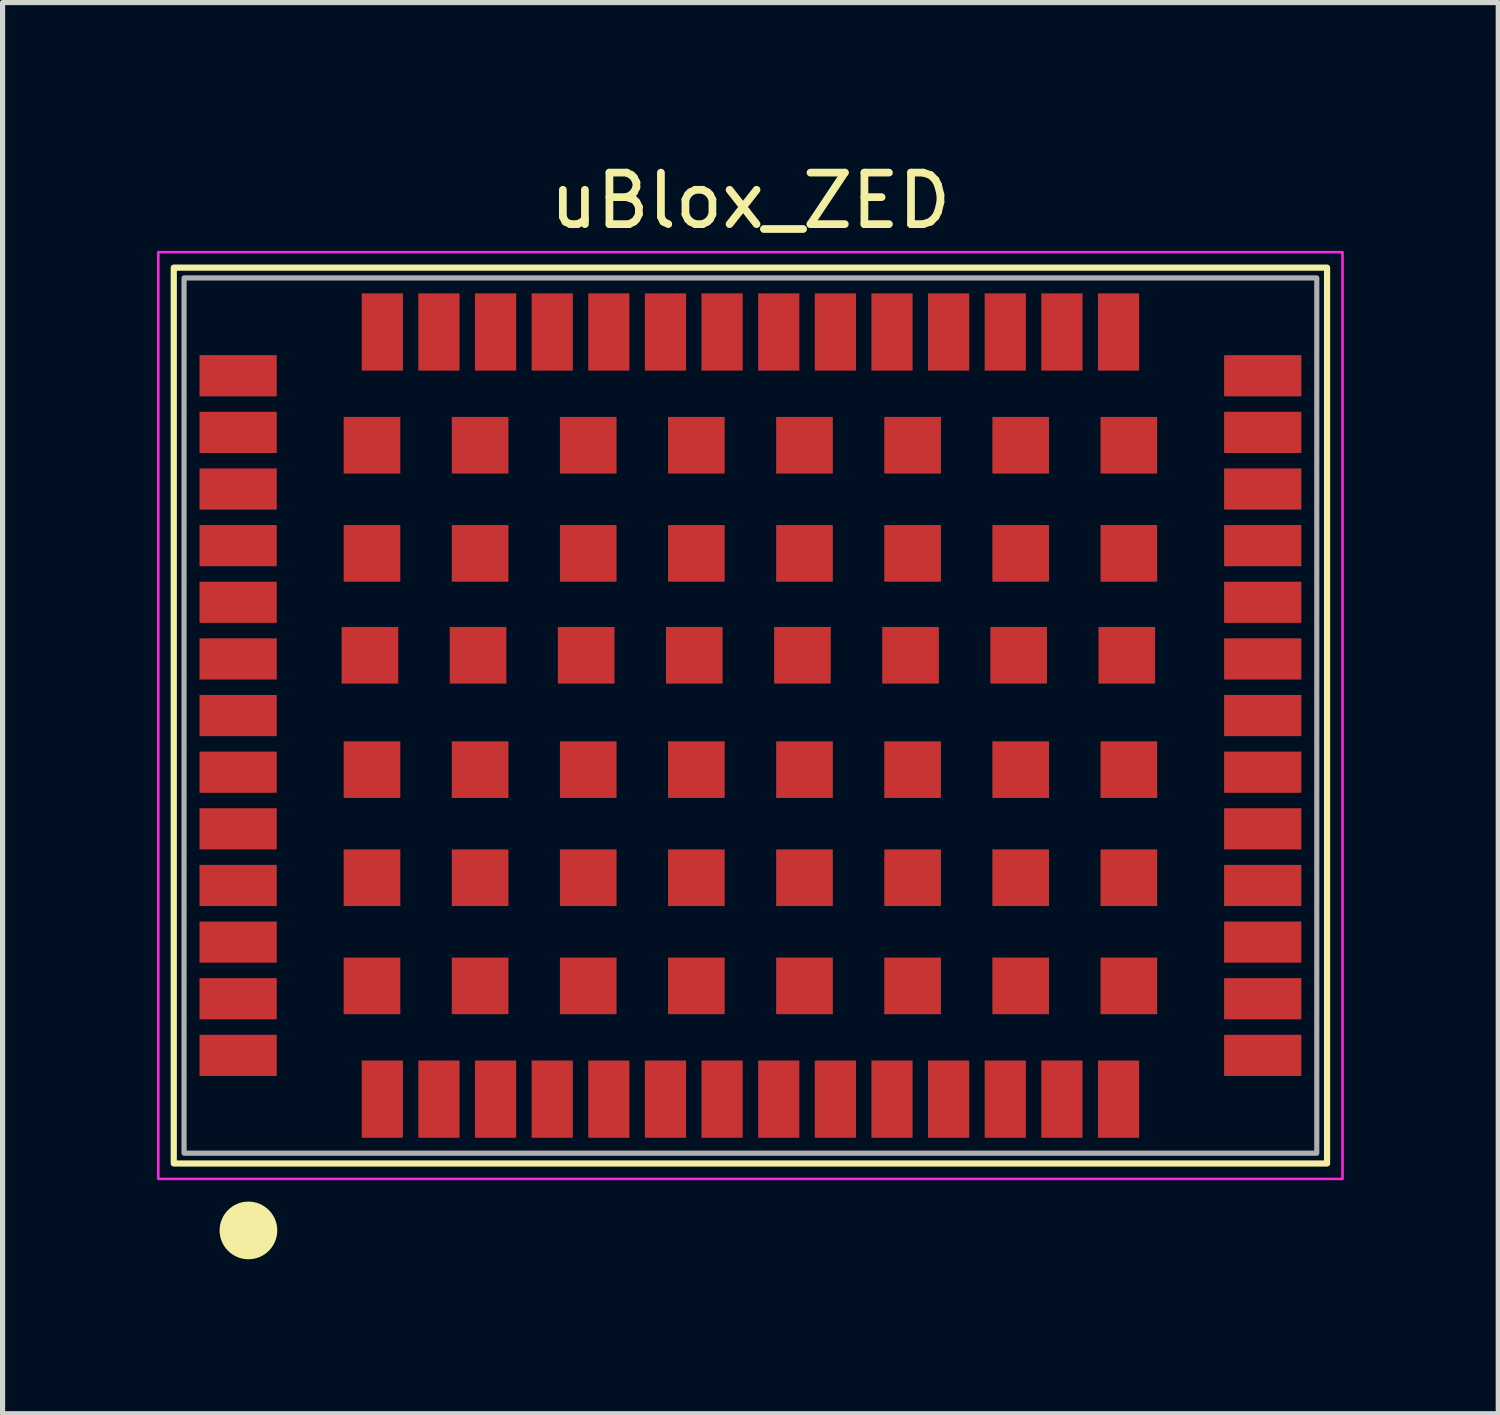
<source format=kicad_pcb>
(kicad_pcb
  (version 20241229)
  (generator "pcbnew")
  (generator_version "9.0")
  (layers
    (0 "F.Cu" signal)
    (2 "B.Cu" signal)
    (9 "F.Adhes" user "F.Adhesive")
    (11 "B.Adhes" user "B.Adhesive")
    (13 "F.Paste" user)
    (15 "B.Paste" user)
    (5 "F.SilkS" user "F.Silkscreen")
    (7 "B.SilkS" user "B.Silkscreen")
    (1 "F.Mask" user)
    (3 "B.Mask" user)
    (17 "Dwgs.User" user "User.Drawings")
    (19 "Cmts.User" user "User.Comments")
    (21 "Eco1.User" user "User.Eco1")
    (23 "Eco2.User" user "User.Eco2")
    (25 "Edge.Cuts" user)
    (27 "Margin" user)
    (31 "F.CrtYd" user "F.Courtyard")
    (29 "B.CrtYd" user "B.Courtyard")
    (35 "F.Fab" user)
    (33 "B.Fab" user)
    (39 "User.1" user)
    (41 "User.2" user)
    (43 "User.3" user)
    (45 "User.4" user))
  (footprint "uBlox_ZED"
    (layer "F.Cu")
    (at 11.525 10.848)
    (property "Reference" "uBlox_ZED" (at 0 -10 0) (unlocked yes) (layer "F.SilkS") (effects (font (size 1 1) (thickness 0.15))))
    (attr smd)
    (fp_rect (start -11.2 -8.7) (end 11.2 8.7) (stroke (width 0.12) (type default)) (fill no) (layer "F.SilkS"))
    (fp_circle (center -9.75 10) (end -9.25 10) (stroke (width 0.12) (type solid)) (fill yes) (layer "F.SilkS"))
    (fp_rect (start -11.5 -9) (end 11.5 9) (stroke (width 0.05) (type default)) (fill no) (layer "F.CrtYd"))
    (fp_rect (start -11 -8.5) (end 11 8.5) (stroke (width 0.1) (type default)) (fill no) (layer "F.Fab"))
    (pad "" smd rect (at -9.95 -6.6 90) (size 0.75 1.55) (layers "F.Paste"))
    (pad "" smd rect (at -9.95 -5.5 90) (size 0.75 1.55) (layers "F.Paste"))
    (pad "" smd rect (at -9.95 -4.4 90) (size 0.75 1.55) (layers "F.Paste"))
    (pad "" smd rect (at -9.95 -3.3 90) (size 0.75 1.55) (layers "F.Paste"))
    (pad "" smd rect (at -9.95 -2.2 90) (size 0.75 1.55) (layers "F.Paste"))
    (pad "" smd rect (at -9.95 -1.1 90) (size 0.75 1.55) (layers "F.Paste"))
    (pad "" smd rect (at -9.95 0 90) (size 0.75 1.55) (layers "F.Paste"))
    (pad "" smd rect (at -9.95 1.1 90) (size 0.75 1.55) (layers "F.Paste"))
    (pad "" smd rect (at -9.95 2.2 90) (size 0.75 1.55) (layers "F.Paste"))
    (pad "" smd rect (at -9.95 3.3 90) (size 0.75 1.55) (layers "F.Paste"))
    (pad "" smd rect (at -9.95 4.4 90) (size 0.75 1.55) (layers "F.Paste"))
    (pad "" smd rect (at -9.95 5.5 90) (size 0.75 1.55) (layers "F.Paste"))
    (pad "" smd rect (at -9.95 6.6 90) (size 0.75 1.55) (layers "F.Paste"))
    (pad "" smd rect (at -7.15 -7.45) (size 0.75 1.55) (layers "F.Paste"))
    (pad "" smd rect (at -7.15 7.45) (size 0.75 1.55) (layers "F.Paste"))
    (pad "" smd rect (at -6.05 -7.45) (size 0.75 1.55) (layers "F.Paste"))
    (pad "" smd rect (at -6.05 7.45) (size 0.75 1.55) (layers "F.Paste"))
    (pad "" smd rect (at -4.95 -7.45) (size 0.75 1.55) (layers "F.Paste"))
    (pad "" smd rect (at -4.95 7.45) (size 0.75 1.55) (layers "F.Paste"))
    (pad "" smd rect (at -3.85 -7.45) (size 0.75 1.55) (layers "F.Paste"))
    (pad "" smd rect (at -3.85 7.45) (size 0.75 1.55) (layers "F.Paste"))
    (pad "" smd rect (at -2.75 -7.45) (size 0.75 1.55) (layers "F.Paste"))
    (pad "" smd rect (at -2.75 7.45) (size 0.75 1.55) (layers "F.Paste"))
    (pad "" smd rect (at -1.65 -7.45) (size 0.75 1.55) (layers "F.Paste"))
    (pad "" smd rect (at -1.65 7.45) (size 0.75 1.55) (layers "F.Paste"))
    (pad "" smd rect (at -0.55 -7.45) (size 0.75 1.55) (layers "F.Paste"))
    (pad "" smd rect (at -0.55 7.45) (size 0.75 1.55) (layers "F.Paste"))
    (pad "" smd rect (at 0.55 -7.45) (size 0.75 1.55) (layers "F.Paste"))
    (pad "" smd rect (at 0.55 7.45) (size 0.75 1.55) (layers "F.Paste"))
    (pad "" smd rect (at 1.65 -7.45) (size 0.75 1.55) (layers "F.Paste"))
    (pad "" smd rect (at 1.65 7.45) (size 0.75 1.55) (layers "F.Paste"))
    (pad "" smd rect (at 2.75 -7.45) (size 0.75 1.55) (layers "F.Paste"))
    (pad "" smd rect (at 2.75 7.45) (size 0.75 1.55) (layers "F.Paste"))
    (pad "" smd rect (at 3.85 -7.45) (size 0.75 1.55) (layers "F.Paste"))
    (pad "" smd rect (at 3.85 7.45) (size 0.75 1.55) (layers "F.Paste"))
    (pad "" smd rect (at 4.95 -7.45) (size 0.75 1.55) (layers "F.Paste"))
    (pad "" smd rect (at 4.95 7.45) (size 0.75 1.55) (layers "F.Paste"))
    (pad "" smd rect (at 6.05 -7.45) (size 0.75 1.55) (layers "F.Paste"))
    (pad "" smd rect (at 6.05 7.45) (size 0.75 1.55) (layers "F.Paste"))
    (pad "" smd rect (at 7.15 -7.45) (size 0.75 1.55) (layers "F.Paste"))
    (pad "" smd rect (at 7.15 7.45) (size 0.75 1.55) (layers "F.Paste"))
    (pad "" smd rect (at 9.95 -6.6 90) (size 0.75 1.55) (layers "F.Paste"))
    (pad "" smd rect (at 9.95 -5.5 90) (size 0.75 1.55) (layers "F.Paste"))
    (pad "" smd rect (at 9.95 -4.4 90) (size 0.75 1.55) (layers "F.Paste"))
    (pad "" smd rect (at 9.95 -3.3 90) (size 0.75 1.55) (layers "F.Paste"))
    (pad "" smd rect (at 9.95 -2.2 90) (size 0.75 1.55) (layers "F.Paste"))
    (pad "" smd rect (at 9.95 -1.1 90) (size 0.75 1.55) (layers "F.Paste"))
    (pad "" smd rect (at 9.95 0 90) (size 0.75 1.55) (layers "F.Paste"))
    (pad "" smd rect (at 9.95 1.1 90) (size 0.75 1.55) (layers "F.Paste"))
    (pad "" smd rect (at 9.95 2.2 90) (size 0.75 1.55) (layers "F.Paste"))
    (pad "" smd rect (at 9.95 3.3 90) (size 0.75 1.55) (layers "F.Paste"))
    (pad "" smd rect (at 9.95 4.4 90) (size 0.75 1.55) (layers "F.Paste"))
    (pad "" smd rect (at 9.95 5.5 90) (size 0.75 1.55) (layers "F.Paste"))
    (pad "" smd rect (at 9.95 6.6 90) (size 0.75 1.55) (layers "F.Paste"))
    (pad "1" smd rect (at -7.15 7.45) (size 0.8 1.5) (layers "F.Cu" "F.Mask"))
    (pad "2" smd rect (at -6.05 7.45) (size 0.8 1.5) (layers "F.Cu" "F.Mask"))
    (pad "3" smd rect (at -4.95 7.45) (size 0.8 1.5) (layers "F.Cu" "F.Mask"))
    (pad "4" smd rect (at -3.85 7.45) (size 0.8 1.5) (layers "F.Cu" "F.Mask"))
    (pad "5" smd rect (at -2.75 7.45) (size 0.8 1.5) (layers "F.Cu" "F.Mask"))
    (pad "6" smd rect (at -1.65 7.45) (size 0.8 1.5) (layers "F.Cu" "F.Mask"))
    (pad "7" smd rect (at -0.55 7.45) (size 0.8 1.5) (layers "F.Cu" "F.Mask"))
    (pad "8" smd rect (at 0.55 7.45) (size 0.8 1.5) (layers "F.Cu" "F.Mask"))
    (pad "9" smd rect (at 1.65 7.45) (size 0.8 1.5) (layers "F.Cu" "F.Mask"))
    (pad "10" smd rect (at 2.75 7.45) (size 0.8 1.5) (layers "F.Cu" "F.Mask"))
    (pad "11" smd rect (at 3.85 7.45) (size 0.8 1.5) (layers "F.Cu" "F.Mask"))
    (pad "12" smd rect (at 4.95 7.45) (size 0.8 1.5) (layers "F.Cu" "F.Mask"))
    (pad "13" smd rect (at 6.05 7.45) (size 0.8 1.5) (layers "F.Cu" "F.Mask"))
    (pad "14" smd rect (at 7.15 7.45) (size 0.8 1.5) (layers "F.Cu" "F.Mask"))
    (pad "15" smd rect (at 9.95 6.6 90) (size 0.8 1.5) (layers "F.Cu" "F.Mask"))
    (pad "16" smd rect (at 9.95 5.5 90) (size 0.8 1.5) (layers "F.Cu" "F.Mask"))
    (pad "17" smd rect (at 9.95 4.4 90) (size 0.8 1.5) (layers "F.Cu" "F.Mask"))
    (pad "18" smd rect (at 9.95 3.3 90) (size 0.8 1.5) (layers "F.Cu" "F.Mask"))
    (pad "19" smd rect (at 9.95 2.2 90) (size 0.8 1.5) (layers "F.Cu" "F.Mask"))
    (pad "20" smd rect (at 9.95 1.1 90) (size 0.8 1.5) (layers "F.Cu" "F.Mask"))
    (pad "21" smd rect (at 9.95 0 90) (size 0.8 1.5) (layers "F.Cu" "F.Mask"))
    (pad "22" smd rect (at 9.95 -1.1 90) (size 0.8 1.5) (layers "F.Cu" "F.Mask"))
    (pad "23" smd rect (at 9.95 -2.2 90) (size 0.8 1.5) (layers "F.Cu" "F.Mask"))
    (pad "24" smd rect (at 9.95 -3.3 90) (size 0.8 1.5) (layers "F.Cu" "F.Mask"))
    (pad "25" smd rect (at 9.95 -4.4 90) (size 0.8 1.5) (layers "F.Cu" "F.Mask"))
    (pad "26" smd rect (at 9.95 -5.5 90) (size 0.8 1.5) (layers "F.Cu" "F.Mask"))
    (pad "27" smd rect (at 9.95 -6.6 90) (size 0.8 1.5) (layers "F.Cu" "F.Mask"))
    (pad "28" smd rect (at 7.15 -7.45) (size 0.8 1.5) (layers "F.Cu" "F.Mask"))
    (pad "29" smd rect (at 6.05 -7.45) (size 0.8 1.5) (layers "F.Cu" "F.Mask"))
    (pad "30" smd rect (at 4.95 -7.45) (size 0.8 1.5) (layers "F.Cu" "F.Mask"))
    (pad "31" smd rect (at 3.85 -7.45) (size 0.8 1.5) (layers "F.Cu" "F.Mask"))
    (pad "32" smd rect (at 2.75 -7.45) (size 0.8 1.5) (layers "F.Cu" "F.Mask"))
    (pad "33" smd rect (at 1.65 -7.45) (size 0.8 1.5) (layers "F.Cu" "F.Mask"))
    (pad "34" smd rect (at 0.55 -7.45) (size 0.8 1.5) (layers "F.Cu" "F.Mask"))
    (pad "35" smd rect (at -0.55 -7.45) (size 0.8 1.5) (layers "F.Cu" "F.Mask"))
    (pad "36" smd rect (at -1.65 -7.45) (size 0.8 1.5) (layers "F.Cu" "F.Mask"))
    (pad "37" smd rect (at -2.75 -7.45) (size 0.8 1.5) (layers "F.Cu" "F.Mask"))
    (pad "38" smd rect (at -3.85 -7.45) (size 0.8 1.5) (layers "F.Cu" "F.Mask"))
    (pad "39" smd rect (at -4.95 -7.45) (size 0.8 1.5) (layers "F.Cu" "F.Mask"))
    (pad "40" smd rect (at -6.05 -7.45) (size 0.8 1.5) (layers "F.Cu" "F.Mask"))
    (pad "41" smd rect (at -7.15 -7.45) (size 0.8 1.5) (layers "F.Cu" "F.Mask"))
    (pad "42" smd rect (at -9.95 -6.6 90) (size 0.8 1.5) (layers "F.Cu" "F.Mask"))
    (pad "43" smd rect (at -9.95 -5.5 90) (size 0.8 1.5) (layers "F.Cu" "F.Mask"))
    (pad "44" smd rect (at -9.95 -4.4 90) (size 0.8 1.5) (layers "F.Cu" "F.Mask"))
    (pad "45" smd rect (at -9.95 -3.3 90) (size 0.8 1.5) (layers "F.Cu" "F.Mask"))
    (pad "46" smd rect (at -9.95 -2.2 90) (size 0.8 1.5) (layers "F.Cu" "F.Mask"))
    (pad "47" smd rect (at -9.95 -1.1 90) (size 0.8 1.5) (layers "F.Cu" "F.Mask"))
    (pad "48" smd rect (at -9.95 0 90) (size 0.8 1.5) (layers "F.Cu" "F.Mask"))
    (pad "49" smd rect (at -9.95 1.1 90) (size 0.8 1.5) (layers "F.Cu" "F.Mask"))
    (pad "50" smd rect (at -9.95 2.2 90) (size 0.8 1.5) (layers "F.Cu" "F.Mask"))
    (pad "51" smd rect (at -9.95 3.3 90) (size 0.8 1.5) (layers "F.Cu" "F.Mask"))
    (pad "52" smd rect (at -9.95 4.4 90) (size 0.8 1.5) (layers "F.Cu" "F.Mask"))
    (pad "53" smd rect (at -9.95 5.5 90) (size 0.8 1.5) (layers "F.Cu" "F.Mask"))
    (pad "54" smd rect (at -9.95 6.6 90) (size 0.8 1.5) (layers "F.Cu" "F.Mask"))
    (pad "55" smd rect (at -7.39 -1.171 90) (size 1.1 1.1) (layers "F.Cu" "F.Mask" "F.Paste"))
    (pad "55" smd rect (at -7.35 -5.25 90) (size 1.1 1.1) (layers "F.Cu" "F.Mask" "F.Paste"))
    (pad "55" smd rect (at -7.35 -3.15 90) (size 1.1 1.1) (layers "F.Cu" "F.Mask" "F.Paste"))
    (pad "55" smd rect (at -7.35 1.05 90) (size 1.1 1.1) (layers "F.Cu" "F.Mask" "F.Paste"))
    (pad "55" smd rect (at -7.35 3.15 90) (size 1.1 1.1) (layers "F.Cu" "F.Mask" "F.Paste"))
    (pad "55" smd rect (at -7.35 5.25 90) (size 1.1 1.1) (layers "F.Cu" "F.Mask" "F.Paste"))
    (pad "55" smd rect (at -5.29 -1.171 90) (size 1.1 1.1) (layers "F.Cu" "F.Mask" "F.Paste"))
    (pad "55" smd rect (at -5.25 -5.25 90) (size 1.1 1.1) (layers "F.Cu" "F.Mask" "F.Paste"))
    (pad "55" smd rect (at -5.25 -3.15 90) (size 1.1 1.1) (layers "F.Cu" "F.Mask" "F.Paste"))
    (pad "55" smd rect (at -5.25 1.05 90) (size 1.1 1.1) (layers "F.Cu" "F.Mask" "F.Paste"))
    (pad "55" smd rect (at -5.25 3.15 90) (size 1.1 1.1) (layers "F.Cu" "F.Mask" "F.Paste"))
    (pad "55" smd rect (at -5.25 5.25 90) (size 1.1 1.1) (layers "F.Cu" "F.Mask" "F.Paste"))
    (pad "55" smd rect (at -3.19 -1.171 90) (size 1.1 1.1) (layers "F.Cu" "F.Mask" "F.Paste"))
    (pad "55" smd rect (at -3.15 -5.25 90) (size 1.1 1.1) (layers "F.Cu" "F.Mask" "F.Paste"))
    (pad "55" smd rect (at -3.15 -3.15 90) (size 1.1 1.1) (layers "F.Cu" "F.Mask" "F.Paste"))
    (pad "55" smd rect (at -3.15 1.05 90) (size 1.1 1.1) (layers "F.Cu" "F.Mask" "F.Paste"))
    (pad "55" smd rect (at -3.15 3.15 90) (size 1.1 1.1) (layers "F.Cu" "F.Mask" "F.Paste"))
    (pad "55" smd rect (at -3.15 5.25 90) (size 1.1 1.1) (layers "F.Cu" "F.Mask" "F.Paste"))
    (pad "55" smd rect (at -1.09 -1.171 90) (size 1.1 1.1) (layers "F.Cu" "F.Mask" "F.Paste"))
    (pad "55" smd rect (at -1.05 -5.25 90) (size 1.1 1.1) (layers "F.Cu" "F.Mask" "F.Paste"))
    (pad "55" smd rect (at -1.05 -3.15 90) (size 1.1 1.1) (layers "F.Cu" "F.Mask" "F.Paste"))
    (pad "55" smd rect (at -1.05 1.05 90) (size 1.1 1.1) (layers "F.Cu" "F.Mask" "F.Paste"))
    (pad "55" smd rect (at -1.05 3.15 90) (size 1.1 1.1) (layers "F.Cu" "F.Mask" "F.Paste"))
    (pad "55" smd rect (at -1.05 5.25 90) (size 1.1 1.1) (layers "F.Cu" "F.Mask" "F.Paste"))
    (pad "55" smd rect (at 1.01 -1.171 90) (size 1.1 1.1) (layers "F.Cu" "F.Mask" "F.Paste"))
    (pad "55" smd rect (at 1.05 -5.25 90) (size 1.1 1.1) (layers "F.Cu" "F.Mask" "F.Paste"))
    (pad "55" smd rect (at 1.05 -3.15 90) (size 1.1 1.1) (layers "F.Cu" "F.Mask" "F.Paste"))
    (pad "55" smd rect (at 1.05 1.05 90) (size 1.1 1.1) (layers "F.Cu" "F.Mask" "F.Paste"))
    (pad "55" smd rect (at 1.05 3.15 90) (size 1.1 1.1) (layers "F.Cu" "F.Mask" "F.Paste"))
    (pad "55" smd rect (at 1.05 5.25 90) (size 1.1 1.1) (layers "F.Cu" "F.Mask" "F.Paste"))
    (pad "55" smd rect (at 3.11 -1.171 90) (size 1.1 1.1) (layers "F.Cu" "F.Mask" "F.Paste"))
    (pad "55" smd rect (at 3.15 -5.25 90) (size 1.1 1.1) (layers "F.Cu" "F.Mask" "F.Paste"))
    (pad "55" smd rect (at 3.15 -3.15 90) (size 1.1 1.1) (layers "F.Cu" "F.Mask" "F.Paste"))
    (pad "55" smd rect (at 3.15 1.05 90) (size 1.1 1.1) (layers "F.Cu" "F.Mask" "F.Paste"))
    (pad "55" smd rect (at 3.15 3.15 90) (size 1.1 1.1) (layers "F.Cu" "F.Mask" "F.Paste"))
    (pad "55" smd rect (at 3.15 5.25 90) (size 1.1 1.1) (layers "F.Cu" "F.Mask" "F.Paste"))
    (pad "55" smd rect (at 5.21 -1.171 90) (size 1.1 1.1) (layers "F.Cu" "F.Mask" "F.Paste"))
    (pad "55" smd rect (at 5.25 -5.25 90) (size 1.1 1.1) (layers "F.Cu" "F.Mask" "F.Paste"))
    (pad "55" smd rect (at 5.25 -3.15 90) (size 1.1 1.1) (layers "F.Cu" "F.Mask" "F.Paste"))
    (pad "55" smd rect (at 5.25 1.05 90) (size 1.1 1.1) (layers "F.Cu" "F.Mask" "F.Paste"))
    (pad "55" smd rect (at 5.25 3.15 90) (size 1.1 1.1) (layers "F.Cu" "F.Mask" "F.Paste"))
    (pad "55" smd rect (at 5.25 5.25 90) (size 1.1 1.1) (layers "F.Cu" "F.Mask" "F.Paste"))
    (pad "55" smd rect (at 7.31 -1.171 90) (size 1.1 1.1) (layers "F.Cu" "F.Mask" "F.Paste"))
    (pad "55" smd rect (at 7.35 -5.25 90) (size 1.1 1.1) (layers "F.Cu" "F.Mask" "F.Paste"))
    (pad "55" smd rect (at 7.35 -3.15 90) (size 1.1 1.1) (layers "F.Cu" "F.Mask" "F.Paste"))
    (pad "55" smd rect (at 7.35 1.05 90) (size 1.1 1.1) (layers "F.Cu" "F.Mask" "F.Paste"))
    (pad "55" smd rect (at 7.35 3.15 90) (size 1.1 1.1) (layers "F.Cu" "F.Mask" "F.Paste"))
    (pad "55" smd rect (at 7.35 5.25 90) (size 1.1 1.1) (layers "F.Cu" "F.Mask" "F.Paste")))
  (gr_rect
    (start -3 -3)
    (end 26.05 24.408)
    (stroke (width 0.1) (type default))
    (fill no)
    (layer "Edge.Cuts")))
</source>
